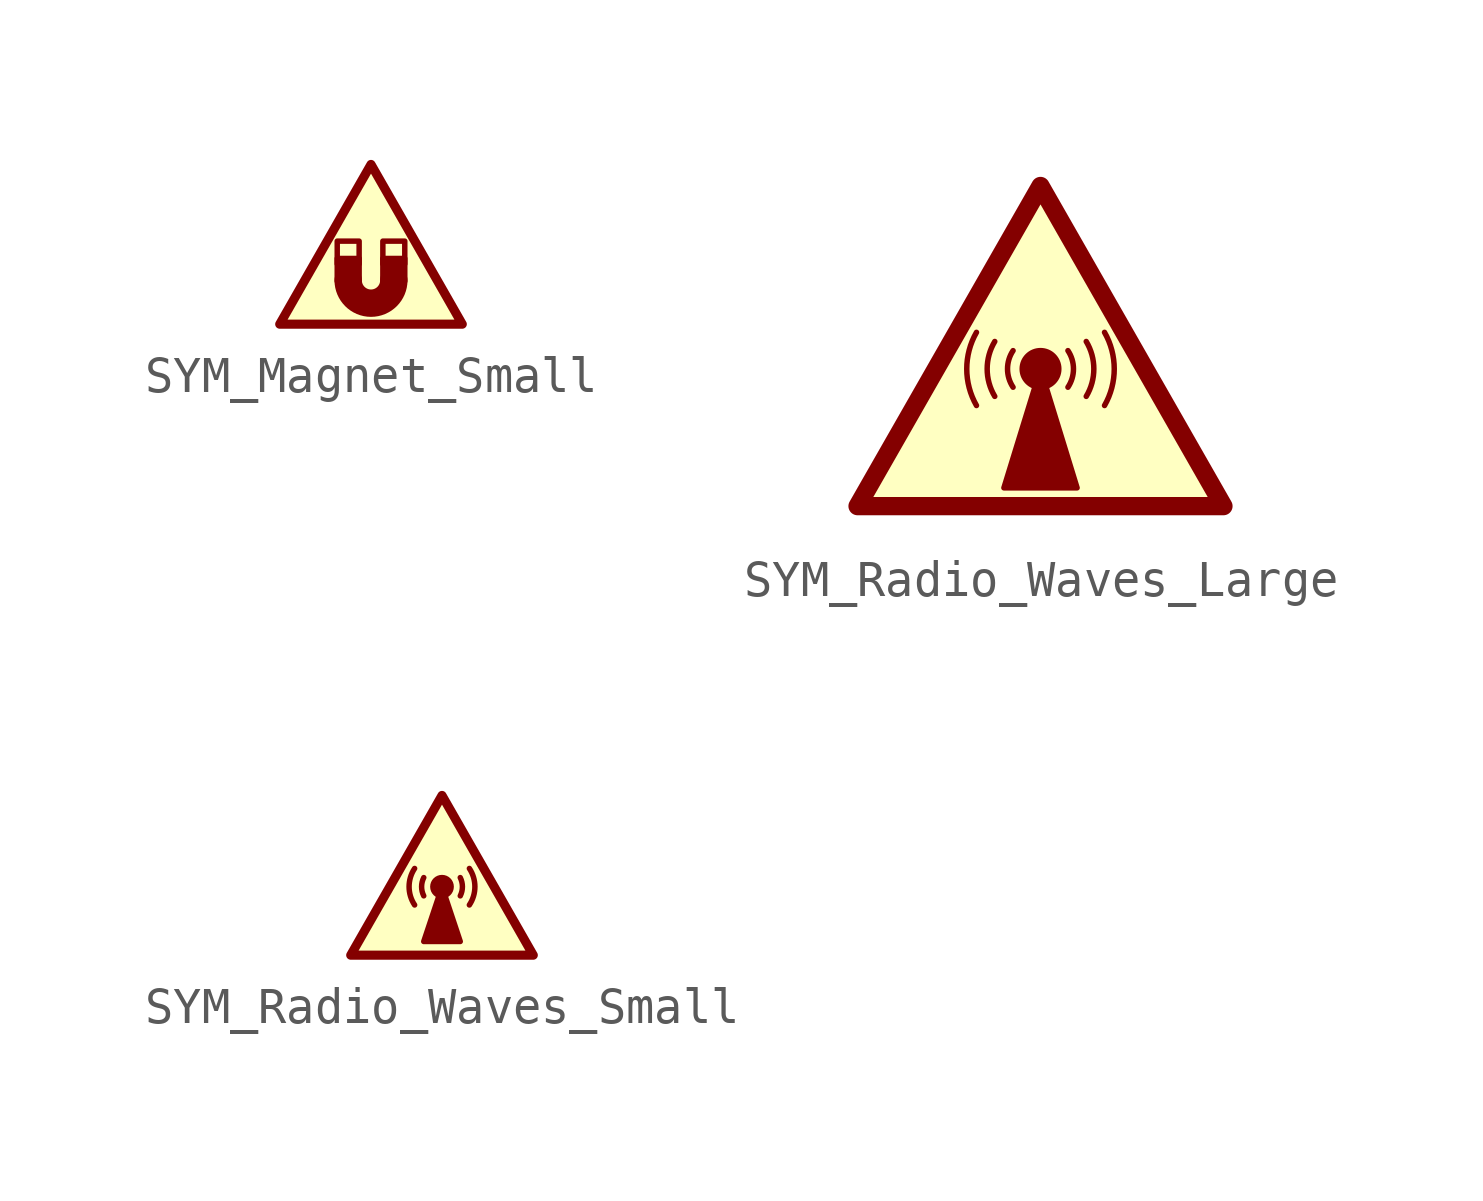
<source format=kicad_sym>
(kicad_symbol_lib
  (version 20201005)
  (generator kicad_symbol_editor)
  (symbol "SYM_Magnet_Small"
    (pin_names
      (offset 1.016) hide)
    (property "Reference" "#SYM"
      (at 0 3.556 0)
      (effects (font (size 1.27 1.27)) hide))
    (symbol "SYM_Magnet_Small_0_1"
      (arc (start -0.635 -0.6858) (end 0.635 -0.6858) (radius (at 0 -0.6858) (length 0.635) (angles -179.9 -0.1)) (stroke (width 0.762)) (fill (type none)))
      (rectangle (start -0.94 -0.711) (end -0.33 -0.076) (stroke (width 0)) (fill (type outline)))
      (rectangle (start 0.33 -0.711) (end 0.94 -0.076) (stroke (width 0)) (fill (type outline)))
      (rectangle (start -0.94 -0.229) (end -0.33 0.406) (stroke (width 0)) (fill (type background)))
      (rectangle (start 0.33 -0.229) (end 0.94 0.406) (stroke (width 0)) (fill (type background)))
      (polyline (pts (xy -2.54 -1.905) (xy 2.54 -1.905) (xy 0 2.54) (xy -2.54 -1.905)) (stroke (width 0.254)) (fill (type background)))))
  (symbol "SYM_Radio_Waves_Large"
    (pin_names
      (offset 1.016) hide)
    (property "Reference" "#SYM"
      (at 0 5.08 0)
      (effects (font (size 1.27 1.27)) hide))
    (symbol "SYM_Radio_Waves_Large_0_1"
      (arc (start 1.778 -0.254) (end 1.778 -2.286) (radius (at 0 -1.27) (length 2.0574) (angles 29.7 -29.7)) (stroke (width 0)) (fill (type none)))
      (arc (start 1.27 -0.508) (end 1.27 -2.032) (radius (at 0 -1.27) (length 1.4732) (angles 31 -31)) (stroke (width 0)) (fill (type none)))
      (arc (start 0.762 -0.762) (end 0.762 -1.778) (radius (at 0 -1.27) (length 0.9144) (angles 33.7 -33.7)) (stroke (width 0)) (fill (type none)))
      (arc (start -0.762 -0.762) (end -0.762 -1.778) (radius (at 0 -1.27) (length 0.9144) (angles 146.3 -146.3)) (stroke (width 0)) (fill (type none)))
      (arc (start -1.27 -0.508) (end -1.27 -2.032) (radius (at 0 -1.27) (length 1.4732) (angles 149 -149)) (stroke (width 0)) (fill (type none)))
      (arc (start -1.778 -0.254) (end -1.778 -2.286) (radius (at 0 -1.27) (length 2.0574) (angles 150.3 -150.3)) (stroke (width 0)) (fill (type none)))
      (circle (center 0 -1.27) (radius 0.508) (stroke (width 0)) (fill (type outline)))
      (polyline (pts (xy -1.016 -4.572) (xy 1.016 -4.572) (xy 0 -1.27) (xy -1.016 -4.572)) (stroke (width 0)) (fill (type outline)))
      (polyline (pts (xy -5.08 -5.08) (xy 5.08 -5.08) (xy 0 3.81) (xy -5.08 -5.08)) (stroke (width 0.508)) (fill (type background)))))
  (symbol "SYM_Radio_Waves_Small"
    (pin_names
      (offset 1.016) hide)
    (property "Reference" "#SYM"
      (at 0 3.556 0)
      (effects (font (size 1.27 1.27)) hide))
    (symbol "SYM_Radio_Waves_Small_0_1"
      (arc (start 0.508 0.254) (end 0.508 -0.254) (radius (at 0 0) (length 0.5588) (angles 26.6 -26.6)) (stroke (width 0)) (fill (type none)))
      (arc (start 0.762 0.508) (end 0.762 -0.508) (radius (at 0 0) (length 0.9144) (angles 33.7 -33.7)) (stroke (width 0)) (fill (type none)))
      (arc (start -0.508 0.254) (end -0.508 -0.254) (radius (at 0 0) (length 0.5588) (angles 153.4 -153.4)) (stroke (width 0)) (fill (type none)))
      (arc (start -0.762 -0.508) (end -0.762 0.508) (radius (at 0 0) (length 0.9144) (angles -146.3 146.3)) (stroke (width 0)) (fill (type none)))
      (circle (center 0 0) (radius 0.254) (stroke (width 0)) (fill (type outline)))
      (polyline (pts (xy -0.508 -1.524) (xy 0.508 -1.524) (xy 0 0) (xy -0.508 -1.524)) (stroke (width 0)) (fill (type outline)))
      (polyline (pts (xy -2.54 -1.905) (xy 2.54 -1.905) (xy 0 2.54) (xy -2.54 -1.905)) (stroke (width 0.254)) (fill (type background))))))
</source>
